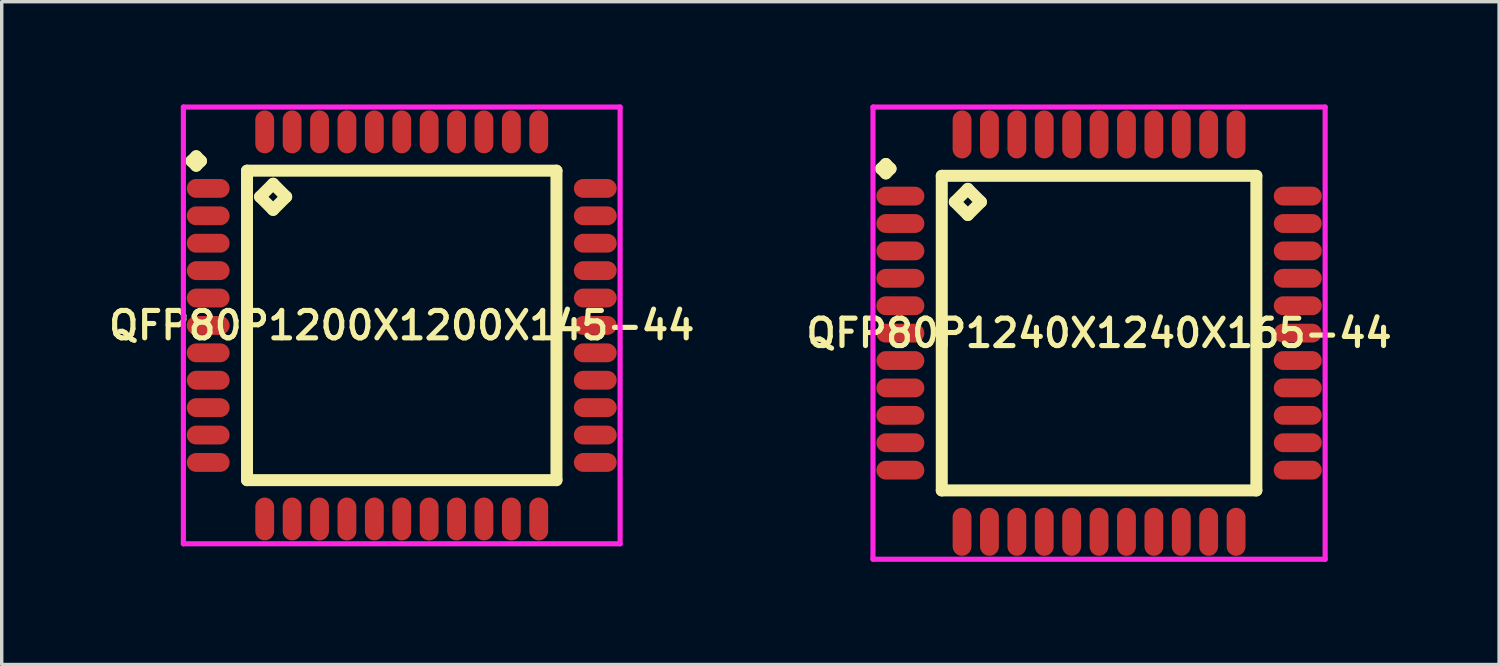
<source format=kicad_pcb>
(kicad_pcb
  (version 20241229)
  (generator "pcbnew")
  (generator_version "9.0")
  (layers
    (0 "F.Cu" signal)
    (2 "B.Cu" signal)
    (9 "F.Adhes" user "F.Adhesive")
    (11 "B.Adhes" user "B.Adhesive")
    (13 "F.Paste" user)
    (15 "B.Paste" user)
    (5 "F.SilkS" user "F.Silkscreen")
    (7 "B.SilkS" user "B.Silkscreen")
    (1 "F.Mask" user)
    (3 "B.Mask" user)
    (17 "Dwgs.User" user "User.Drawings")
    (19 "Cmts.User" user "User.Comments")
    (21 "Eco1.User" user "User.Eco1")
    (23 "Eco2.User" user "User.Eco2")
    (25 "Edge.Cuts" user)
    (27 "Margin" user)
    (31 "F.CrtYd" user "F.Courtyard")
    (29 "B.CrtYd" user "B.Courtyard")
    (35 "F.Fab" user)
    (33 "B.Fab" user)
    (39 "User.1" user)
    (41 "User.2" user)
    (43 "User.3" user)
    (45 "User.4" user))
  (footprint "QFP80P1240X1240X165-44"
    (layer "F.Cu")
    (at 29.035 6.675)
    (property "Reference" "QFP80P1240X1240X165-44" (at 0 0 0) (layer "F.SilkS") (effects (font (size 0.8 0.8) (thickness 0.15))))
    (attr through_hole)
    (fp_line (start -6.362 -4.8) (end -6.225 -4.938) (stroke (width 0.35) (type solid)) (layer "F.SilkS"))
    (fp_line (start -6.225 -4.938) (end -6.088 -4.8) (stroke (width 0.35) (type solid)) (layer "F.SilkS"))
    (fp_line (start -6.225 -4.662) (end -6.362 -4.8) (stroke (width 0.35) (type solid)) (layer "F.SilkS"))
    (fp_line (start -6.088 -4.8) (end -6.225 -4.662) (stroke (width 0.35) (type solid)) (layer "F.SilkS"))
    (fp_line (start -4.592 -4.592) (end -4.592 4.592) (stroke (width 0.35) (type solid)) (layer "F.SilkS"))
    (fp_line (start -4.592 4.592) (end 4.592 4.592) (stroke (width 0.35) (type solid)) (layer "F.SilkS"))
    (fp_line (start -4.211 -3.83) (end -3.83 -4.211) (stroke (width 0.35) (type solid)) (layer "F.SilkS"))
    (fp_line (start -3.83 -4.211) (end -3.449 -3.83) (stroke (width 0.35) (type solid)) (layer "F.SilkS"))
    (fp_line (start -3.83 -3.449) (end -4.211 -3.83) (stroke (width 0.35) (type solid)) (layer "F.SilkS"))
    (fp_line (start -3.449 -3.83) (end -3.83 -3.449) (stroke (width 0.35) (type solid)) (layer "F.SilkS"))
    (fp_line (start 4.592 -4.592) (end -4.592 -4.592) (stroke (width 0.35) (type solid)) (layer "F.SilkS"))
    (fp_line (start 4.592 4.592) (end 4.592 -4.592) (stroke (width 0.35) (type solid)) (layer "F.SilkS"))
    (fp_line (start -6.6 -6.6) (end 6.6 -6.6) (stroke (width 0.15) (type solid)) (layer "F.CrtYd"))
    (fp_line (start -6.6 6.6) (end -6.6 -6.6) (stroke (width 0.15) (type solid)) (layer "F.CrtYd"))
    (fp_line (start 6.6 -6.6) (end 6.6 6.6) (stroke (width 0.15) (type solid)) (layer "F.CrtYd"))
    (fp_line (start 6.6 6.6) (end -6.6 6.6) (stroke (width 0.15) (type solid)) (layer "F.CrtYd"))
    (pad "1" smd oval (at -5.8 -4) (size 1.4 0.55) (layers "F.Cu" "F.Mask" "F.Paste"))
    (pad "2" smd oval (at -5.8 -3.2) (size 1.4 0.55) (layers "F.Cu" "F.Mask" "F.Paste"))
    (pad "3" smd oval (at -5.8 -2.4) (size 1.4 0.55) (layers "F.Cu" "F.Mask" "F.Paste"))
    (pad "4" smd oval (at -5.8 -1.6) (size 1.4 0.55) (layers "F.Cu" "F.Mask" "F.Paste"))
    (pad "5" smd oval (at -5.8 -0.8) (size 1.4 0.55) (layers "F.Cu" "F.Mask" "F.Paste"))
    (pad "6" smd oval (at -5.8 0) (size 1.4 0.55) (layers "F.Cu" "F.Mask" "F.Paste"))
    (pad "7" smd oval (at -5.8 0.8) (size 1.4 0.55) (layers "F.Cu" "F.Mask" "F.Paste"))
    (pad "8" smd oval (at -5.8 1.6) (size 1.4 0.55) (layers "F.Cu" "F.Mask" "F.Paste"))
    (pad "9" smd oval (at -5.8 2.4) (size 1.4 0.55) (layers "F.Cu" "F.Mask" "F.Paste"))
    (pad "10" smd oval (at -5.8 3.2) (size 1.4 0.55) (layers "F.Cu" "F.Mask" "F.Paste"))
    (pad "11" smd oval (at -5.8 4) (size 1.4 0.55) (layers "F.Cu" "F.Mask" "F.Paste"))
    (pad "12" smd oval (at -4 5.8) (size 0.55 1.4) (layers "F.Cu" "F.Mask" "F.Paste"))
    (pad "13" smd oval (at -3.2 5.8) (size 0.55 1.4) (layers "F.Cu" "F.Mask" "F.Paste"))
    (pad "14" smd oval (at -2.4 5.8) (size 0.55 1.4) (layers "F.Cu" "F.Mask" "F.Paste"))
    (pad "15" smd oval (at -1.6 5.8) (size 0.55 1.4) (layers "F.Cu" "F.Mask" "F.Paste"))
    (pad "16" smd oval (at -0.8 5.8) (size 0.55 1.4) (layers "F.Cu" "F.Mask" "F.Paste"))
    (pad "17" smd oval (at 0 5.8) (size 0.55 1.4) (layers "F.Cu" "F.Mask" "F.Paste"))
    (pad "18" smd oval (at 0.8 5.8) (size 0.55 1.4) (layers "F.Cu" "F.Mask" "F.Paste"))
    (pad "19" smd oval (at 1.6 5.8) (size 0.55 1.4) (layers "F.Cu" "F.Mask" "F.Paste"))
    (pad "20" smd oval (at 2.4 5.8) (size 0.55 1.4) (layers "F.Cu" "F.Mask" "F.Paste"))
    (pad "21" smd oval (at 3.2 5.8) (size 0.55 1.4) (layers "F.Cu" "F.Mask" "F.Paste"))
    (pad "22" smd oval (at 4 5.8) (size 0.55 1.4) (layers "F.Cu" "F.Mask" "F.Paste"))
    (pad "23" smd oval (at 5.8 4) (size 1.4 0.55) (layers "F.Cu" "F.Mask" "F.Paste"))
    (pad "24" smd oval (at 5.8 3.2) (size 1.4 0.55) (layers "F.Cu" "F.Mask" "F.Paste"))
    (pad "25" smd oval (at 5.8 2.4) (size 1.4 0.55) (layers "F.Cu" "F.Mask" "F.Paste"))
    (pad "26" smd oval (at 5.8 1.6) (size 1.4 0.55) (layers "F.Cu" "F.Mask" "F.Paste"))
    (pad "27" smd oval (at 5.8 0.8) (size 1.4 0.55) (layers "F.Cu" "F.Mask" "F.Paste"))
    (pad "28" smd oval (at 5.8 0) (size 1.4 0.55) (layers "F.Cu" "F.Mask" "F.Paste"))
    (pad "29" smd oval (at 5.8 -0.8) (size 1.4 0.55) (layers "F.Cu" "F.Mask" "F.Paste"))
    (pad "30" smd oval (at 5.8 -1.6) (size 1.4 0.55) (layers "F.Cu" "F.Mask" "F.Paste"))
    (pad "31" smd oval (at 5.8 -2.4) (size 1.4 0.55) (layers "F.Cu" "F.Mask" "F.Paste"))
    (pad "32" smd oval (at 5.8 -3.2) (size 1.4 0.55) (layers "F.Cu" "F.Mask" "F.Paste"))
    (pad "33" smd oval (at 5.8 -4) (size 1.4 0.55) (layers "F.Cu" "F.Mask" "F.Paste"))
    (pad "34" smd oval (at 4 -5.8) (size 0.55 1.4) (layers "F.Cu" "F.Mask" "F.Paste"))
    (pad "35" smd oval (at 3.2 -5.8) (size 0.55 1.4) (layers "F.Cu" "F.Mask" "F.Paste"))
    (pad "36" smd oval (at 2.4 -5.8) (size 0.55 1.4) (layers "F.Cu" "F.Mask" "F.Paste"))
    (pad "37" smd oval (at 1.6 -5.8) (size 0.55 1.4) (layers "F.Cu" "F.Mask" "F.Paste"))
    (pad "38" smd oval (at 0.8 -5.8) (size 0.55 1.4) (layers "F.Cu" "F.Mask" "F.Paste"))
    (pad "39" smd oval (at 0 -5.8) (size 0.55 1.4) (layers "F.Cu" "F.Mask" "F.Paste"))
    (pad "40" smd oval (at -0.8 -5.8) (size 0.55 1.4) (layers "F.Cu" "F.Mask" "F.Paste"))
    (pad "41" smd oval (at -1.6 -5.8) (size 0.55 1.4) (layers "F.Cu" "F.Mask" "F.Paste"))
    (pad "42" smd oval (at -2.4 -5.8) (size 0.55 1.4) (layers "F.Cu" "F.Mask" "F.Paste"))
    (pad "43" smd oval (at -3.2 -5.8) (size 0.55 1.4) (layers "F.Cu" "F.Mask" "F.Paste"))
    (pad "44" smd oval (at -4 -5.8) (size 0.55 1.4) (layers "F.Cu" "F.Mask" "F.Paste")))
  (footprint "QFP80P1200X1200X145-44"
    (layer "F.Cu")
    (at 8.678 6.45)
    (property "Reference" "QFP80P1200X1200X145-44" (at 0 0 0) (layer "F.SilkS") (effects (font (size 0.8 0.8) (thickness 0.15))))
    (attr smd)
    (fp_line (start -6.138 -4.8) (end -6 -4.938) (stroke (width 0.35) (type solid)) (layer "F.SilkS"))
    (fp_line (start -6 -4.938) (end -5.862 -4.8) (stroke (width 0.35) (type solid)) (layer "F.SilkS"))
    (fp_line (start -6 -4.662) (end -6.138 -4.8) (stroke (width 0.35) (type solid)) (layer "F.SilkS"))
    (fp_line (start -5.862 -4.8) (end -6 -4.662) (stroke (width 0.35) (type solid)) (layer "F.SilkS"))
    (fp_line (start -4.517 -4.517) (end -4.517 4.517) (stroke (width 0.35) (type solid)) (layer "F.SilkS"))
    (fp_line (start -4.517 4.517) (end 4.517 4.517) (stroke (width 0.35) (type solid)) (layer "F.SilkS"))
    (fp_line (start -4.136 -3.755) (end -3.755 -4.136) (stroke (width 0.35) (type solid)) (layer "F.SilkS"))
    (fp_line (start -3.755 -4.136) (end -3.374 -3.755) (stroke (width 0.35) (type solid)) (layer "F.SilkS"))
    (fp_line (start -3.755 -3.374) (end -4.136 -3.755) (stroke (width 0.35) (type solid)) (layer "F.SilkS"))
    (fp_line (start -3.374 -3.755) (end -3.755 -3.374) (stroke (width 0.35) (type solid)) (layer "F.SilkS"))
    (fp_line (start 4.517 -4.517) (end -4.517 -4.517) (stroke (width 0.35) (type solid)) (layer "F.SilkS"))
    (fp_line (start 4.517 4.517) (end 4.517 -4.517) (stroke (width 0.35) (type solid)) (layer "F.SilkS"))
    (fp_line (start -6.375 -6.375) (end 6.375 -6.375) (stroke (width 0.15) (type solid)) (layer "F.CrtYd"))
    (fp_line (start -6.375 6.375) (end -6.375 -6.375) (stroke (width 0.15) (type solid)) (layer "F.CrtYd"))
    (fp_line (start 6.375 -6.375) (end 6.375 6.375) (stroke (width 0.15) (type solid)) (layer "F.CrtYd"))
    (fp_line (start 6.375 6.375) (end -6.375 6.375) (stroke (width 0.15) (type solid)) (layer "F.CrtYd"))
    (pad "1" smd oval (at -5.65 -4) (size 1.25 0.55) (layers "F.Cu" "F.Mask" "F.Paste"))
    (pad "2" smd oval (at -5.65 -3.2) (size 1.25 0.55) (layers "F.Cu" "F.Mask" "F.Paste"))
    (pad "3" smd oval (at -5.65 -2.4) (size 1.25 0.55) (layers "F.Cu" "F.Mask" "F.Paste"))
    (pad "4" smd oval (at -5.65 -1.6) (size 1.25 0.55) (layers "F.Cu" "F.Mask" "F.Paste"))
    (pad "5" smd oval (at -5.65 -0.8) (size 1.25 0.55) (layers "F.Cu" "F.Mask" "F.Paste"))
    (pad "6" smd oval (at -5.65 0) (size 1.25 0.55) (layers "F.Cu" "F.Mask" "F.Paste"))
    (pad "7" smd oval (at -5.65 0.8) (size 1.25 0.55) (layers "F.Cu" "F.Mask" "F.Paste"))
    (pad "8" smd oval (at -5.65 1.6) (size 1.25 0.55) (layers "F.Cu" "F.Mask" "F.Paste"))
    (pad "9" smd oval (at -5.65 2.4) (size 1.25 0.55) (layers "F.Cu" "F.Mask" "F.Paste"))
    (pad "10" smd oval (at -5.65 3.2) (size 1.25 0.55) (layers "F.Cu" "F.Mask" "F.Paste"))
    (pad "11" smd oval (at -5.65 4) (size 1.25 0.55) (layers "F.Cu" "F.Mask" "F.Paste"))
    (pad "12" smd oval (at -4 5.65) (size 0.55 1.25) (layers "F.Cu" "F.Mask" "F.Paste"))
    (pad "13" smd oval (at -3.2 5.65) (size 0.55 1.25) (layers "F.Cu" "F.Mask" "F.Paste"))
    (pad "14" smd oval (at -2.4 5.65) (size 0.55 1.25) (layers "F.Cu" "F.Mask" "F.Paste"))
    (pad "15" smd oval (at -1.6 5.65) (size 0.55 1.25) (layers "F.Cu" "F.Mask" "F.Paste"))
    (pad "16" smd oval (at -0.8 5.65) (size 0.55 1.25) (layers "F.Cu" "F.Mask" "F.Paste"))
    (pad "17" smd oval (at 0 5.65) (size 0.55 1.25) (layers "F.Cu" "F.Mask" "F.Paste"))
    (pad "18" smd oval (at 0.8 5.65) (size 0.55 1.25) (layers "F.Cu" "F.Mask" "F.Paste"))
    (pad "19" smd oval (at 1.6 5.65) (size 0.55 1.25) (layers "F.Cu" "F.Mask" "F.Paste"))
    (pad "20" smd oval (at 2.4 5.65) (size 0.55 1.25) (layers "F.Cu" "F.Mask" "F.Paste"))
    (pad "21" smd oval (at 3.2 5.65) (size 0.55 1.25) (layers "F.Cu" "F.Mask" "F.Paste"))
    (pad "22" smd oval (at 4 5.65) (size 0.55 1.25) (layers "F.Cu" "F.Mask" "F.Paste"))
    (pad "23" smd oval (at 5.65 4) (size 1.25 0.55) (layers "F.Cu" "F.Mask" "F.Paste"))
    (pad "24" smd oval (at 5.65 3.2) (size 1.25 0.55) (layers "F.Cu" "F.Mask" "F.Paste"))
    (pad "25" smd oval (at 5.65 2.4) (size 1.25 0.55) (layers "F.Cu" "F.Mask" "F.Paste"))
    (pad "26" smd oval (at 5.65 1.6) (size 1.25 0.55) (layers "F.Cu" "F.Mask" "F.Paste"))
    (pad "27" smd oval (at 5.65 0.8) (size 1.25 0.55) (layers "F.Cu" "F.Mask" "F.Paste"))
    (pad "28" smd oval (at 5.65 0) (size 1.25 0.55) (layers "F.Cu" "F.Mask" "F.Paste"))
    (pad "29" smd oval (at 5.65 -0.8) (size 1.25 0.55) (layers "F.Cu" "F.Mask" "F.Paste"))
    (pad "30" smd oval (at 5.65 -1.6) (size 1.25 0.55) (layers "F.Cu" "F.Mask" "F.Paste"))
    (pad "31" smd oval (at 5.65 -2.4) (size 1.25 0.55) (layers "F.Cu" "F.Mask" "F.Paste"))
    (pad "32" smd oval (at 5.65 -3.2) (size 1.25 0.55) (layers "F.Cu" "F.Mask" "F.Paste"))
    (pad "33" smd oval (at 5.65 -4) (size 1.25 0.55) (layers "F.Cu" "F.Mask" "F.Paste"))
    (pad "34" smd oval (at 4 -5.65) (size 0.55 1.25) (layers "F.Cu" "F.Mask" "F.Paste"))
    (pad "35" smd oval (at 3.2 -5.65) (size 0.55 1.25) (layers "F.Cu" "F.Mask" "F.Paste"))
    (pad "36" smd oval (at 2.4 -5.65) (size 0.55 1.25) (layers "F.Cu" "F.Mask" "F.Paste"))
    (pad "37" smd oval (at 1.6 -5.65) (size 0.55 1.25) (layers "F.Cu" "F.Mask" "F.Paste"))
    (pad "38" smd oval (at 0.8 -5.65) (size 0.55 1.25) (layers "F.Cu" "F.Mask" "F.Paste"))
    (pad "39" smd oval (at 0 -5.65) (size 0.55 1.25) (layers "F.Cu" "F.Mask" "F.Paste"))
    (pad "40" smd oval (at -0.8 -5.65) (size 0.55 1.25) (layers "F.Cu" "F.Mask" "F.Paste"))
    (pad "41" smd oval (at -1.6 -5.65) (size 0.55 1.25) (layers "F.Cu" "F.Mask" "F.Paste"))
    (pad "42" smd oval (at -2.4 -5.65) (size 0.55 1.25) (layers "F.Cu" "F.Mask" "F.Paste"))
    (pad "43" smd oval (at -3.2 -5.65) (size 0.55 1.25) (layers "F.Cu" "F.Mask" "F.Paste"))
    (pad "44" smd oval (at -4 -5.65) (size 0.55 1.25) (layers "F.Cu" "F.Mask" "F.Paste")))
  (gr_rect
    (start -3 -3)
    (end 40.713 16.35)
    (stroke (width 0.1) (type default))
    (fill no)
    (layer "Edge.Cuts")))
</source>
